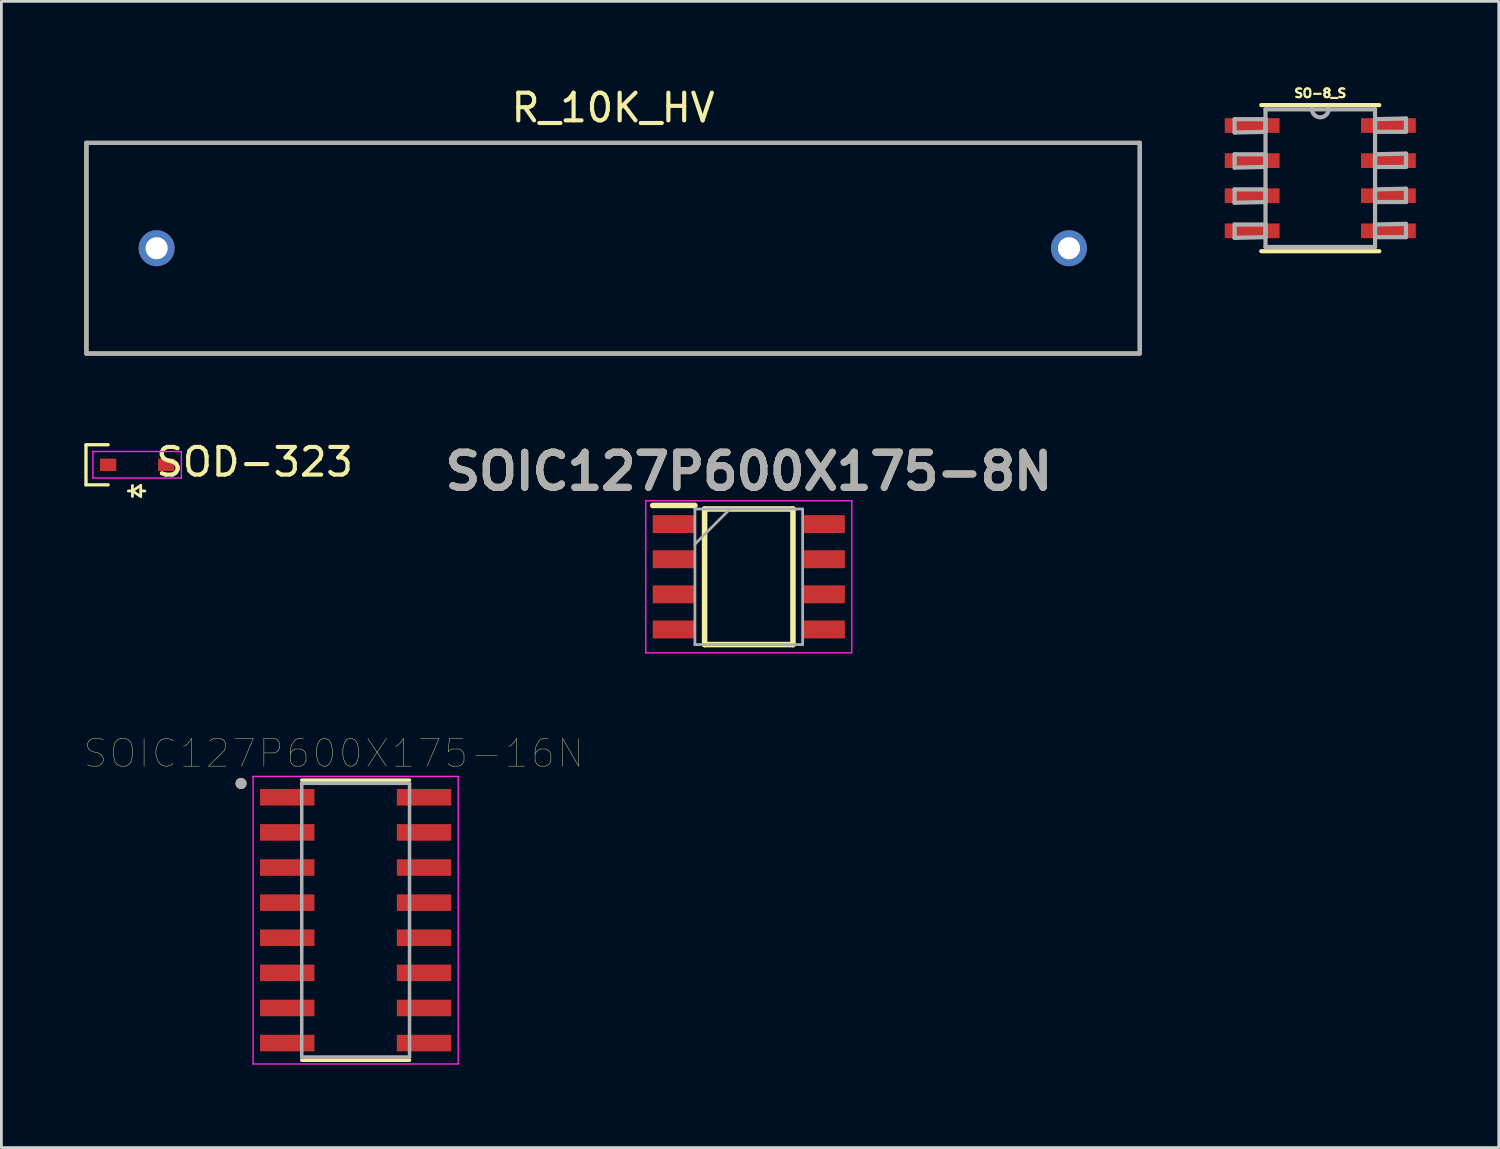
<source format=kicad_pcb>
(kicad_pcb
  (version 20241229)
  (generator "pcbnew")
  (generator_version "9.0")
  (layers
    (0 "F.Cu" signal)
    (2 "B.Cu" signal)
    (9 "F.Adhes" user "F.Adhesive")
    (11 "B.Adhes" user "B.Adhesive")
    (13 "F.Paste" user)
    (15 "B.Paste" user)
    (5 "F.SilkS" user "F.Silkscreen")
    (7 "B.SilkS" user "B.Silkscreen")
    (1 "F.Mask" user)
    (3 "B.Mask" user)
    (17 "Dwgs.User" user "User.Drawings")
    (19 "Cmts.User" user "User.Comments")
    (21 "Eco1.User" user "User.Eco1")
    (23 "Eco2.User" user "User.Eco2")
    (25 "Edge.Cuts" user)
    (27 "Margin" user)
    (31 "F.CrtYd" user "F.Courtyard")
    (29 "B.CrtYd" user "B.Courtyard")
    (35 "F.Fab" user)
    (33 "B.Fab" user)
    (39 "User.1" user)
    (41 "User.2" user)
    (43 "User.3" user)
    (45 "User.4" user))
  (footprint "R_10K_HV"
    (layer "F.Cu")
    (at 2.615 5.928)
    (property "Reference" "R_10K_HV" (at 16.51 -5.08 0) (layer "F.SilkS") (effects (font (size 1 1) (thickness 0.15))))
    (attr through_hole)
    (fp_line (start -2.54 -3.81) (end -2.54 3.69) (stroke (width 0.15) (type solid)) (layer "F.SilkS"))
    (fp_line (start -2.54 -3.81) (end 35.56 -3.81) (stroke (width 0.15) (type solid)) (layer "F.SilkS"))
    (fp_line (start 35.56 -3.81) (end 35.56 3.69) (stroke (width 0.15) (type solid)) (layer "F.SilkS"))
    (fp_line (start 35.56 3.81) (end -2.54 3.81) (stroke (width 0.15) (type solid)) (layer "F.SilkS"))
    (fp_line (start -2.54 -3.81) (end 35.56 -3.81) (stroke (width 0.15) (type solid)) (layer "F.Fab"))
    (fp_line (start -2.54 3.81) (end -2.54 -3.81) (stroke (width 0.15) (type solid)) (layer "F.Fab"))
    (fp_line (start 35.56 -3.81) (end 35.56 3.81) (stroke (width 0.15) (type solid)) (layer "F.Fab"))
    (fp_line (start 35.56 3.81) (end -2.54 3.81) (stroke (width 0.15) (type solid)) (layer "F.Fab"))
    (pad "1" thru_hole circle (at 0 0) (size 1.3 1.3) (drill 0.8) (layers "*.Cu" "*.Mask"))
    (pad "2" thru_hole circle (at 33 0) (size 1.3 1.3) (drill 0.8) (layers "*.Cu" "*.Mask")))
  (footprint "SO-8_S"
    (layer "F.Cu")
    (at 44.704 3.394)
    (property "Reference" "SO-8_S" (at 0 -3.072 0) (layer "F.SilkS") (effects (font (size 0.315 0.315) (thickness 0.079))))
    (attr through_hole)
    (fp_line (start -2.134 2.642) (end 2.134 2.642) (stroke (width 0.152) (type solid)) (layer "F.SilkS"))
    (fp_line (start 2.134 -2.642) (end -2.134 -2.642) (stroke (width 0.152) (type solid)) (layer "F.SilkS"))
    (fp_line (start -3.099 -2.134) (end -3.099 -1.651) (stroke (width 0.152) (type solid)) (layer "F.Fab"))
    (fp_line (start -3.099 -1.651) (end -1.981 -1.676) (stroke (width 0.152) (type solid)) (layer "F.Fab"))
    (fp_line (start -3.099 -0.864) (end -3.099 -0.381) (stroke (width 0.152) (type solid)) (layer "F.Fab"))
    (fp_line (start -3.099 -0.381) (end -1.981 -0.406) (stroke (width 0.152) (type solid)) (layer "F.Fab"))
    (fp_line (start -3.099 0.406) (end -3.099 0.889) (stroke (width 0.152) (type solid)) (layer "F.Fab"))
    (fp_line (start -3.099 0.889) (end -1.981 0.864) (stroke (width 0.152) (type solid)) (layer "F.Fab"))
    (fp_line (start -3.099 1.676) (end -3.099 2.159) (stroke (width 0.152) (type solid)) (layer "F.Fab"))
    (fp_line (start -3.099 2.159) (end -1.981 2.134) (stroke (width 0.152) (type solid)) (layer "F.Fab"))
    (fp_line (start -1.981 -2.489) (end -1.981 2.489) (stroke (width 0.152) (type solid)) (layer "F.Fab"))
    (fp_line (start -1.981 -2.134) (end -3.099 -2.134) (stroke (width 0.152) (type solid)) (layer "F.Fab"))
    (fp_line (start -1.981 -1.676) (end -1.981 -2.134) (stroke (width 0.152) (type solid)) (layer "F.Fab"))
    (fp_line (start -1.981 -0.864) (end -3.099 -0.864) (stroke (width 0.152) (type solid)) (layer "F.Fab"))
    (fp_line (start -1.981 -0.406) (end -1.981 -0.864) (stroke (width 0.152) (type solid)) (layer "F.Fab"))
    (fp_line (start -1.981 0.406) (end -3.099 0.406) (stroke (width 0.152) (type solid)) (layer "F.Fab"))
    (fp_line (start -1.981 0.864) (end -1.981 0.406) (stroke (width 0.152) (type solid)) (layer "F.Fab"))
    (fp_line (start -1.981 1.676) (end -3.099 1.676) (stroke (width 0.152) (type solid)) (layer "F.Fab"))
    (fp_line (start -1.981 2.134) (end -1.981 1.676) (stroke (width 0.152) (type solid)) (layer "F.Fab"))
    (fp_line (start -1.981 2.489) (end 1.981 2.489) (stroke (width 0.152) (type solid)) (layer "F.Fab"))
    (fp_line (start -0.305 -2.489) (end -1.981 -2.489) (stroke (width 0.152) (type solid)) (layer "F.Fab"))
    (fp_line (start 1.981 -2.489) (end -0.305 -2.489) (stroke (width 0.152) (type solid)) (layer "F.Fab"))
    (fp_line (start 1.981 -2.134) (end 1.981 -1.676) (stroke (width 0.152) (type solid)) (layer "F.Fab"))
    (fp_line (start 1.981 -1.676) (end 3.099 -1.676) (stroke (width 0.152) (type solid)) (layer "F.Fab"))
    (fp_line (start 1.981 -0.864) (end 1.981 -0.406) (stroke (width 0.152) (type solid)) (layer "F.Fab"))
    (fp_line (start 1.981 -0.406) (end 3.099 -0.406) (stroke (width 0.152) (type solid)) (layer "F.Fab"))
    (fp_line (start 1.981 0.406) (end 1.981 0.864) (stroke (width 0.152) (type solid)) (layer "F.Fab"))
    (fp_line (start 1.981 0.864) (end 3.099 0.864) (stroke (width 0.152) (type solid)) (layer "F.Fab"))
    (fp_line (start 1.981 1.676) (end 1.981 2.134) (stroke (width 0.152) (type solid)) (layer "F.Fab"))
    (fp_line (start 1.981 2.134) (end 3.099 2.134) (stroke (width 0.152) (type solid)) (layer "F.Fab"))
    (fp_line (start 1.981 2.489) (end 1.981 -2.489) (stroke (width 0.152) (type solid)) (layer "F.Fab"))
    (fp_line (start 3.099 -2.159) (end 1.981 -2.134) (stroke (width 0.152) (type solid)) (layer "F.Fab"))
    (fp_line (start 3.099 -1.676) (end 3.099 -2.159) (stroke (width 0.152) (type solid)) (layer "F.Fab"))
    (fp_line (start 3.099 -0.889) (end 1.981 -0.864) (stroke (width 0.152) (type solid)) (layer "F.Fab"))
    (fp_line (start 3.099 -0.406) (end 3.099 -0.889) (stroke (width 0.152) (type solid)) (layer "F.Fab"))
    (fp_line (start 3.099 0.381) (end 1.981 0.406) (stroke (width 0.152) (type solid)) (layer "F.Fab"))
    (fp_line (start 3.099 0.864) (end 3.099 0.381) (stroke (width 0.152) (type solid)) (layer "F.Fab"))
    (fp_line (start 3.099 1.651) (end 1.981 1.676) (stroke (width 0.152) (type solid)) (layer "F.Fab"))
    (fp_line (start 3.099 2.134) (end 3.099 1.651) (stroke (width 0.152) (type solid)) (layer "F.Fab"))
    (fp_arc (start 0.3048 -2.5146) (mid 0.0127 -2.1971) (end -0.3048 -2.4892) (stroke (width 0.1524) (type solid)) (layer "F.Fab"))
    (pad "1" smd rect (at -2.464 -1.905) (size 1.981 0.533) (layers "F.Cu" "F.Mask" "F.Paste"))
    (pad "2" smd rect (at -2.464 -0.635) (size 1.981 0.533) (layers "F.Cu" "F.Mask" "F.Paste"))
    (pad "3" smd rect (at -2.464 0.635) (size 1.981 0.533) (layers "F.Cu" "F.Mask" "F.Paste"))
    (pad "4" smd rect (at -2.464 1.905) (size 1.981 0.533) (layers "F.Cu" "F.Mask" "F.Paste"))
    (pad "5" smd rect (at 2.464 1.905) (size 1.981 0.533) (layers "F.Cu" "F.Mask" "F.Paste"))
    (pad "6" smd rect (at 2.464 0.635) (size 1.981 0.533) (layers "F.Cu" "F.Mask" "F.Paste"))
    (pad "7" smd rect (at 2.464 -0.635) (size 1.981 0.533) (layers "F.Cu" "F.Mask" "F.Paste"))
    (pad "8" smd rect (at 2.464 -1.905) (size 1.981 0.533) (layers "F.Cu" "F.Mask" "F.Paste")))
  (footprint "SOD-323"
    (layer "F.Cu")
    (at 1.91 13.761)
    (property "Reference" "SOD-323" (at 4.25 -0.1 0) (layer "F.SilkS") (effects (font (size 1 1) (thickness 0.15))))
    (attr smd)
    (fp_line (start -1.85 0.725) (end -1.85 -0.725) (stroke (width 0.12) (type solid)) (layer "F.SilkS"))
    (fp_line (start -1.845 -0.725) (end -1.05 -0.725) (stroke (width 0.12) (type solid)) (layer "F.SilkS"))
    (fp_line (start -1.05 0.725) (end -1.85 0.725) (stroke (width 0.12) (type solid)) (layer "F.SilkS"))
    (fp_line (start -0.17 0.946) (end -0.32 0.946) (stroke (width 0.1) (type solid)) (layer "F.SilkS"))
    (fp_line (start -0.17 0.946) (end 0.13 1.146) (stroke (width 0.1) (type solid)) (layer "F.SilkS"))
    (fp_line (start -0.17 1.146) (end -0.17 0.746) (stroke (width 0.1) (type solid)) (layer "F.SilkS"))
    (fp_line (start 0.13 0.746) (end -0.17 0.946) (stroke (width 0.1) (type solid)) (layer "F.SilkS"))
    (fp_line (start 0.13 0.946) (end 0.28 0.946) (stroke (width 0.1) (type solid)) (layer "F.SilkS"))
    (fp_line (start 0.13 1.146) (end 0.13 0.746) (stroke (width 0.1) (type solid)) (layer "F.SilkS"))
    (fp_line (start -1.6 -0.48) (end 1.6 -0.48) (stroke (width 0.05) (type solid)) (layer "F.CrtYd"))
    (fp_line (start -1.6 0.48) (end -1.6 -0.48) (stroke (width 0.05) (type solid)) (layer "F.CrtYd"))
    (fp_line (start 1.6 -0.48) (end 1.6 0.48) (stroke (width 0.05) (type solid)) (layer "F.CrtYd"))
    (fp_line (start 1.6 0.48) (end -1.6 0.48) (stroke (width 0.05) (type solid)) (layer "F.CrtYd"))
    (pad "1" smd rect (at -1.05 0) (size 0.59 0.45) (layers "F.Cu" "F.Mask" "F.Paste"))
    (pad "2" smd rect (at 1.05 0) (size 0.59 0.45) (layers "F.Cu" "F.Mask" "F.Paste")))
  (footprint "SOIC127P600X175-8N"
    (layer "F.Cu")
    (at 24.033 17.812)
    (property "Reference" "SOIC127P600X175-8N" (at 0 -3.81 0) (layer "F.SilkS") (effects (font (size 1.27 1.27) (thickness 0.254))))
    (attr smd)
    (fp_line (start -3.475 -2.58) (end -1.948 -2.58) (stroke (width 0.2) (type solid)) (layer "F.SilkS"))
    (fp_line (start -1.598 -2.452) (end 1.598 -2.452) (stroke (width 0.2) (type solid)) (layer "F.SilkS"))
    (fp_line (start -1.598 2.452) (end -1.598 -2.452) (stroke (width 0.2) (type solid)) (layer "F.SilkS"))
    (fp_line (start 1.598 -2.452) (end 1.598 2.452) (stroke (width 0.2) (type solid)) (layer "F.SilkS"))
    (fp_line (start 1.598 2.452) (end -1.598 2.452) (stroke (width 0.2) (type solid)) (layer "F.SilkS"))
    (fp_line (start -3.725 -2.75) (end 3.725 -2.75) (stroke (width 0.05) (type solid)) (layer "F.CrtYd"))
    (fp_line (start -3.725 2.75) (end -3.725 -2.75) (stroke (width 0.05) (type solid)) (layer "F.CrtYd"))
    (fp_line (start 3.725 -2.75) (end 3.725 2.75) (stroke (width 0.05) (type solid)) (layer "F.CrtYd"))
    (fp_line (start 3.725 2.75) (end -3.725 2.75) (stroke (width 0.05) (type solid)) (layer "F.CrtYd"))
    (fp_line (start -1.948 -2.452) (end 1.948 -2.452) (stroke (width 0.1) (type solid)) (layer "F.Fab"))
    (fp_line (start -1.948 -1.182) (end -0.678 -2.452) (stroke (width 0.1) (type solid)) (layer "F.Fab"))
    (fp_line (start -1.948 2.452) (end -1.948 -2.452) (stroke (width 0.1) (type solid)) (layer "F.Fab"))
    (fp_line (start 1.948 -2.452) (end 1.948 2.452) (stroke (width 0.1) (type solid)) (layer "F.Fab"))
    (fp_line (start 1.948 2.452) (end -1.948 2.452) (stroke (width 0.1) (type solid)) (layer "F.Fab"))
    (fp_text user "${REFERENCE}" (at 0 -3.81 0) (layer "F.Fab") (effects (font (size 1.27 1.27) (thickness 0.254))))
    (pad "1" smd rect (at -2.711 -1.905 90) (size 0.65 1.528) (layers "F.Cu" "F.Mask" "F.Paste"))
    (pad "2" smd rect (at -2.711 -0.635 90) (size 0.65 1.528) (layers "F.Cu" "F.Mask" "F.Paste"))
    (pad "3" smd rect (at -2.711 0.635 90) (size 0.65 1.528) (layers "F.Cu" "F.Mask" "F.Paste"))
    (pad "4" smd rect (at -2.711 1.905 90) (size 0.65 1.528) (layers "F.Cu" "F.Mask" "F.Paste"))
    (pad "5" smd rect (at 2.711 1.905 90) (size 0.65 1.528) (layers "F.Cu" "F.Mask" "F.Paste"))
    (pad "6" smd rect (at 2.711 0.635 90) (size 0.65 1.528) (layers "F.Cu" "F.Mask" "F.Paste"))
    (pad "7" smd rect (at 2.711 -0.635 90) (size 0.65 1.528) (layers "F.Cu" "F.Mask" "F.Paste"))
    (pad "8" smd rect (at 2.711 -1.905 90) (size 0.65 1.528) (layers "F.Cu" "F.Mask" "F.Paste")))
  (footprint "SOIC127P600X175-16N"
    (layer "F.Cu")
    (at 9.813 30.233)
    (property "Reference" "SOIC127P600X175-16N" (at -0.795 -6.035 0) (layer "F.SilkS") (effects (font (size 1 1) (thickness 0.015))))
    (attr through_hole)
    (fp_line (start -1.95 -5.065) (end 1.95 -5.065) (stroke (width 0.127) (type solid)) (layer "F.SilkS"))
    (fp_line (start -1.95 5.065) (end 1.95 5.065) (stroke (width 0.127) (type solid)) (layer "F.SilkS"))
    (fp_circle (center -4.145 -4.945) (end -4.045 -4.945) (stroke (width 0.2) (type solid)) (fill no) (layer "F.SilkS"))
    (fp_line (start -3.71 -5.2) (end -3.71 5.2) (stroke (width 0.05) (type solid)) (layer "F.CrtYd"))
    (fp_line (start -3.71 -5.2) (end 3.71 -5.2) (stroke (width 0.05) (type solid)) (layer "F.CrtYd"))
    (fp_line (start -3.71 5.2) (end 3.71 5.2) (stroke (width 0.05) (type solid)) (layer "F.CrtYd"))
    (fp_line (start 3.71 -5.2) (end 3.71 5.2) (stroke (width 0.05) (type solid)) (layer "F.CrtYd"))
    (fp_line (start -1.95 -4.95) (end -1.95 4.95) (stroke (width 0.127) (type solid)) (layer "F.Fab"))
    (fp_line (start -1.95 -4.95) (end 1.95 -4.95) (stroke (width 0.127) (type solid)) (layer "F.Fab"))
    (fp_line (start -1.95 4.95) (end 1.95 4.95) (stroke (width 0.127) (type solid)) (layer "F.Fab"))
    (fp_line (start 1.95 -4.95) (end 1.95 4.95) (stroke (width 0.127) (type solid)) (layer "F.Fab"))
    (fp_circle (center -4.145 -4.945) (end -4.045 -4.945) (stroke (width 0.2) (type solid)) (fill no) (layer "F.Fab"))
    (pad "1" smd rect (at -2.475 -4.445) (size 1.97 0.6) (layers "F.Cu" "F.Mask" "F.Paste"))
    (pad "2" smd rect (at -2.475 -3.175) (size 1.97 0.6) (layers "F.Cu" "F.Mask" "F.Paste"))
    (pad "3" smd rect (at -2.475 -1.905) (size 1.97 0.6) (layers "F.Cu" "F.Mask" "F.Paste"))
    (pad "4" smd rect (at -2.475 -0.635) (size 1.97 0.6) (layers "F.Cu" "F.Mask" "F.Paste"))
    (pad "5" smd rect (at -2.475 0.635) (size 1.97 0.6) (layers "F.Cu" "F.Mask" "F.Paste"))
    (pad "6" smd rect (at -2.475 1.905) (size 1.97 0.6) (layers "F.Cu" "F.Mask" "F.Paste"))
    (pad "7" smd rect (at -2.475 3.175) (size 1.97 0.6) (layers "F.Cu" "F.Mask" "F.Paste"))
    (pad "8" smd rect (at -2.475 4.445) (size 1.97 0.6) (layers "F.Cu" "F.Mask" "F.Paste"))
    (pad "9" smd rect (at 2.475 4.445) (size 1.97 0.6) (layers "F.Cu" "F.Mask" "F.Paste"))
    (pad "10" smd rect (at 2.475 3.175) (size 1.97 0.6) (layers "F.Cu" "F.Mask" "F.Paste"))
    (pad "11" smd rect (at 2.475 1.905) (size 1.97 0.6) (layers "F.Cu" "F.Mask" "F.Paste"))
    (pad "12" smd rect (at 2.475 0.635) (size 1.97 0.6) (layers "F.Cu" "F.Mask" "F.Paste"))
    (pad "13" smd rect (at 2.475 -0.635) (size 1.97 0.6) (layers "F.Cu" "F.Mask" "F.Paste"))
    (pad "14" smd rect (at 2.475 -1.905) (size 1.97 0.6) (layers "F.Cu" "F.Mask" "F.Paste"))
    (pad "15" smd rect (at 2.475 -3.175) (size 1.97 0.6) (layers "F.Cu" "F.Mask" "F.Paste"))
    (pad "16" smd rect (at 2.475 -4.445) (size 1.97 0.6) (layers "F.Cu" "F.Mask" "F.Paste")))
  (gr_rect
    (start -3 -3)
    (end 51.159 38.458)
    (stroke (width 0.1) (type default))
    (fill no)
    (layer "Edge.Cuts")))
</source>
